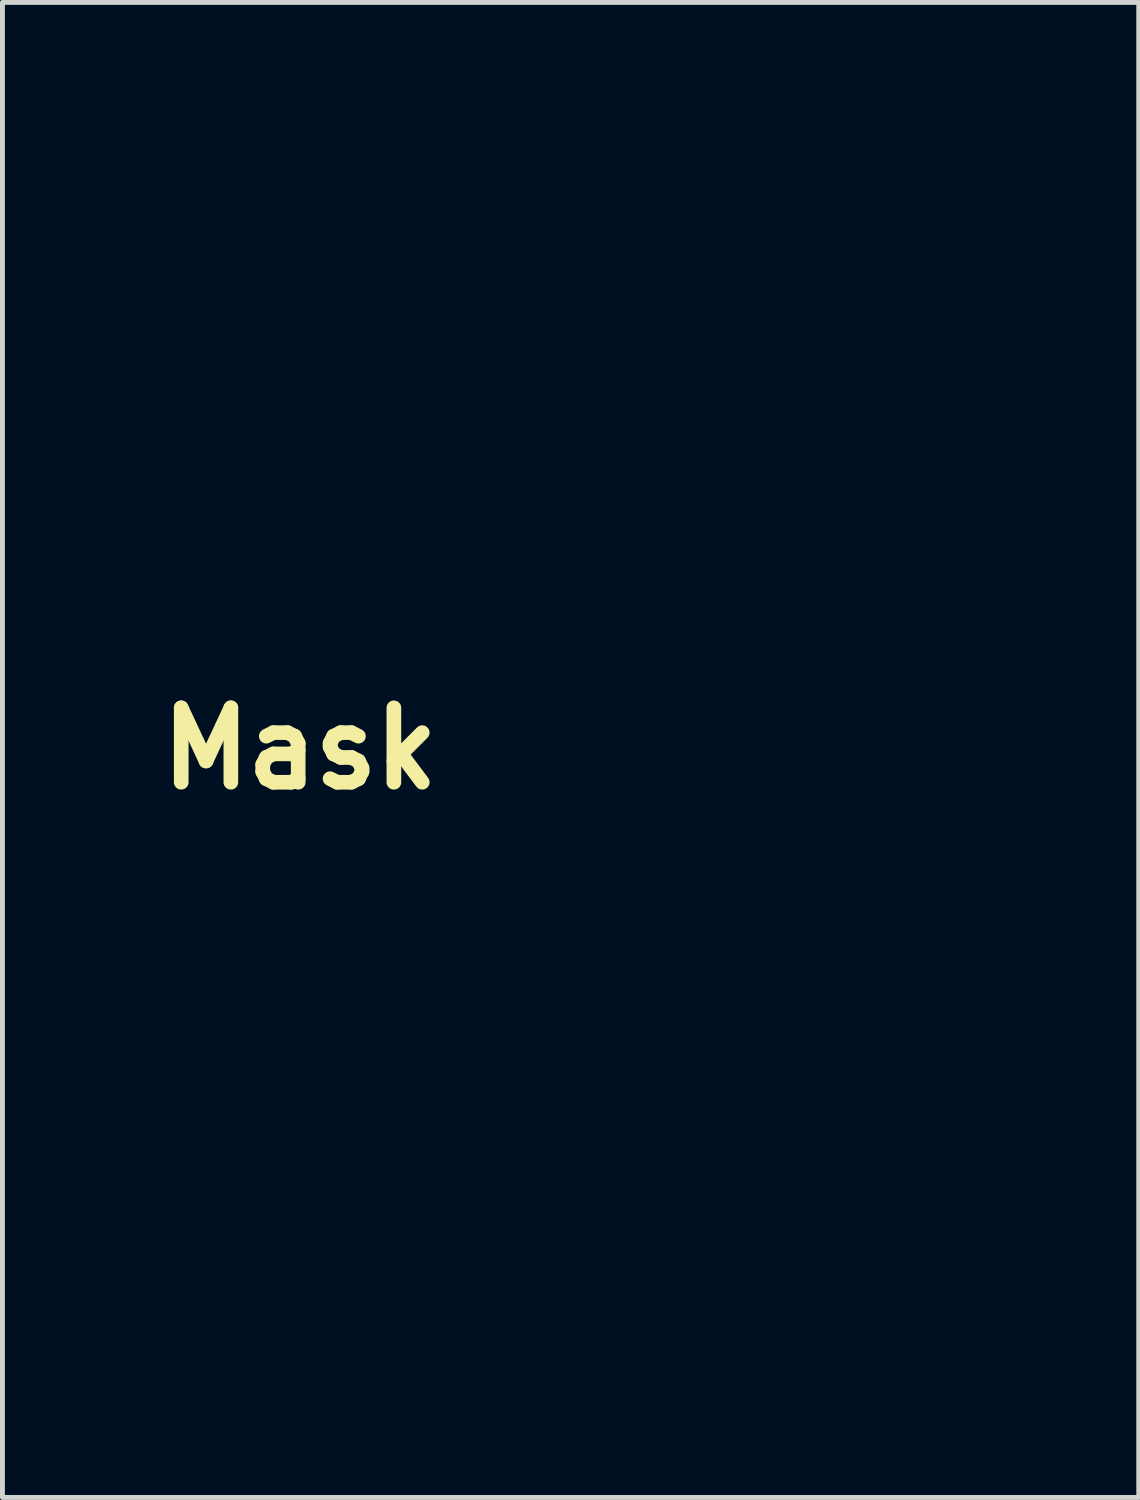
<source format=kicad_pcb>
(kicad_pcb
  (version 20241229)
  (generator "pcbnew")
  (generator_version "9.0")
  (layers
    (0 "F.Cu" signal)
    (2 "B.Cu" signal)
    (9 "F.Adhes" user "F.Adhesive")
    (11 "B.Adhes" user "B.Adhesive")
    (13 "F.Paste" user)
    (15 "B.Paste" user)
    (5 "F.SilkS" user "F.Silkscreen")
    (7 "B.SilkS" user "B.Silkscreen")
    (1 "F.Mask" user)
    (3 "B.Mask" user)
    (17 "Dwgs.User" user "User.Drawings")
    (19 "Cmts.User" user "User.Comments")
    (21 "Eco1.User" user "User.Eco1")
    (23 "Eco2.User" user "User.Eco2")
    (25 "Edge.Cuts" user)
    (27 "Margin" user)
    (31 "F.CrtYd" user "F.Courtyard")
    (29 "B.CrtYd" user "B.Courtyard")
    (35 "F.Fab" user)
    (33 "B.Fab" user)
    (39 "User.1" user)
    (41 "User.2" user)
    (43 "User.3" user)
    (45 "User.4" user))
  (footprint "Mask"
    (layer "F.Cu")
    (at 3.092 12.278)
    (property "Reference" "Mask" (at 0 0 0) (layer "F.SilkS") (effects (font (size 1.524 1.524) (thickness 0.3))))
    (attr board_only exclude_from_pos_files exclude_from_bom)
    (fp_poly (pts (xy 3.404 -12.273) (xy 3.488 -12.272) (xy 3.547 -12.269) (xy 3.583 -12.262) (xy 3.603 -12.248) (xy 3.609 -12.227) (xy 3.606 -12.197) (xy 3.606 -12.191) (xy 3.597 -12.139) (xy 3.588 -12.105) (xy 3.572 -12.086) (xy 3.543 -12.077) (xy 3.494 -12.075) (xy 3.432 -12.075) (xy 3.367 -12.076) (xy 3.315 -12.079) (xy 3.281 -12.082) (xy 3.273 -12.085) (xy 3.267 -12.105) (xy 3.264 -12.145) (xy 3.263 -12.184) (xy 3.263 -12.273)) (stroke (width 0) (type solid)) (fill yes) (layer "F.Mask"))
    (fp_poly (pts (xy 4.252 -12.093) (xy 4.293 -12.078) (xy 4.355 -12.05) (xy 4.388 -12.035) (xy 4.5 -11.984) (xy 4.454 -11.904) (xy 4.428 -11.861) (xy 4.406 -11.831) (xy 4.396 -11.821) (xy 4.377 -11.826) (xy 4.338 -11.841) (xy 4.287 -11.864) (xy 4.269 -11.872) (xy 4.216 -11.897) (xy 4.175 -11.916) (xy 4.153 -11.928) (xy 4.15 -11.929) (xy 4.153 -11.944) (xy 4.165 -11.98) (xy 4.179 -12.02) (xy 4.194 -12.059) (xy 4.208 -12.084) (xy 4.225 -12.095)) (stroke (width 0) (type solid)) (fill yes) (layer "F.Mask"))
    (fp_poly (pts (xy 5.153 -11.555) (xy 5.205 -11.515) (xy 5.245 -11.481) (xy 5.27 -11.457) (xy 5.275 -11.45) (xy 5.267 -11.435) (xy 5.247 -11.404) (xy 5.22 -11.367) (xy 5.193 -11.331) (xy 5.172 -11.305) (xy 5.164 -11.297) (xy 5.151 -11.306) (xy 5.121 -11.33) (xy 5.077 -11.365) (xy 5.046 -11.389) (xy 4.997 -11.429) (xy 4.959 -11.464) (xy 4.936 -11.487) (xy 4.932 -11.494) (xy 4.94 -11.513) (xy 4.961 -11.549) (xy 4.982 -11.579) (xy 5.032 -11.65)) (stroke (width 0) (type solid)) (fill yes) (layer "F.Mask"))
    (fp_poly (pts (xy 3.822 -12.224) (xy 3.866 -12.214) (xy 3.92 -12.201) (xy 3.974 -12.187) (xy 4.019 -12.174) (xy 4.046 -12.164) (xy 4.05 -12.162) (xy 4.05 -12.144) (xy 4.042 -12.107) (xy 4.031 -12.069) (xy 4.017 -12.027) (xy 4.004 -12.001) (xy 3.984 -11.99) (xy 3.952 -11.991) (xy 3.901 -12.002) (xy 3.851 -12.016) (xy 3.799 -12.03) (xy 3.76 -12.041) (xy 3.743 -12.048) (xy 3.742 -12.048) (xy 3.743 -12.064) (xy 3.747 -12.101) (xy 3.754 -12.14) (xy 3.765 -12.192) (xy 3.778 -12.219) (xy 3.795 -12.227) (xy 3.795 -12.227)) (stroke (width 0) (type solid)) (fill yes) (layer "F.Mask"))
    (fp_poly (pts (xy 4.667 -11.891) (xy 4.671 -11.888) (xy 4.759 -11.833) (xy 4.823 -11.791) (xy 4.865 -11.762) (xy 4.888 -11.744) (xy 4.894 -11.736) (xy 4.886 -11.718) (xy 4.866 -11.686) (xy 4.84 -11.648) (xy 4.814 -11.614) (xy 4.794 -11.592) (xy 4.788 -11.587) (xy 4.772 -11.595) (xy 4.737 -11.616) (xy 4.69 -11.645) (xy 4.673 -11.656) (xy 4.622 -11.688) (xy 4.58 -11.713) (xy 4.555 -11.727) (xy 4.552 -11.729) (xy 4.552 -11.743) (xy 4.565 -11.777) (xy 4.588 -11.821) (xy 4.615 -11.868) (xy 4.634 -11.892) (xy 4.649 -11.898)) (stroke (width 0) (type solid)) (fill yes) (layer "F.Mask"))
    (fp_poly (pts (xy 5.742 -11.926) (xy 5.748 -11.916) (xy 5.749 -11.896) (xy 5.754 -11.849) (xy 5.762 -11.78) (xy 5.772 -11.691) (xy 5.784 -11.586) (xy 5.797 -11.469) (xy 5.809 -11.366) (xy 5.823 -11.242) (xy 5.836 -11.127) (xy 5.848 -11.024) (xy 5.857 -10.939) (xy 5.864 -10.873) (xy 5.869 -10.831) (xy 5.87 -10.816) (xy 5.866 -10.81) (xy 5.853 -10.806) (xy 5.829 -10.802) (xy 5.79 -10.799) (xy 5.734 -10.797) (xy 5.658 -10.796) (xy 5.56 -10.795) (xy 5.436 -10.794) (xy 5.298 -10.794) (xy 4.726 -10.794) (xy 4.726 -10.979) (xy 5.131 -10.975) (xy 5.536 -10.97) (xy 5.463 -11.031) (xy 5.413 -11.073) (xy 5.363 -11.116) (xy 5.337 -11.139) (xy 5.284 -11.187) (xy 5.327 -11.25) (xy 5.357 -11.292) (xy 5.381 -11.318) (xy 5.403 -11.327) (xy 5.43 -11.318) (xy 5.465 -11.289) (xy 5.515 -11.241) (xy 5.543 -11.213) (xy 5.602 -11.156) (xy 5.641 -11.121) (xy 5.662 -11.107) (xy 5.667 -11.114) (xy 5.666 -11.116) (xy 5.654 -11.169) (xy 5.641 -11.243) (xy 5.626 -11.34) (xy 5.609 -11.464) (xy 5.591 -11.615) (xy 5.59 -11.622) (xy 5.555 -11.908) (xy 5.587 -11.914) (xy 5.664 -11.928) (xy 5.715 -11.932)) (stroke (width 0) (type solid)) (fill yes) (layer "F.Mask"))
    (fp_poly (pts (xy 13.935 -12.079) (xy 13.741 -12.07) (xy 13.654 -12.065) (xy 13.567 -12.056) (xy 13.49 -12.047) (xy 13.439 -12.038) (xy 13.205 -11.974) (xy 12.971 -11.885) (xy 12.735 -11.769) (xy 12.497 -11.627) (xy 12.254 -11.457) (xy 12.006 -11.259) (xy 11.884 -11.153) (xy 11.828 -11.104) (xy 11.776 -11.058) (xy 11.734 -11.022) (xy 11.716 -11.007) (xy 11.67 -10.97) (xy 12.487 -10.98) (xy 12.487 -10.794) (xy 11.335 -10.794) (xy 11.399 -11.355) (xy 11.414 -11.482) (xy 11.427 -11.6) (xy 11.439 -11.705) (xy 11.449 -11.793) (xy 11.457 -11.862) (xy 11.462 -11.907) (xy 11.464 -11.925) (xy 11.464 -11.926) (xy 11.478 -11.93) (xy 11.512 -11.93) (xy 11.555 -11.926) (xy 11.597 -11.919) (xy 11.629 -11.911) (xy 11.639 -11.906) (xy 11.641 -11.888) (xy 11.639 -11.845) (xy 11.634 -11.781) (xy 11.627 -11.703) (xy 11.617 -11.615) (xy 11.606 -11.521) (xy 11.594 -11.428) (xy 11.582 -11.339) (xy 11.57 -11.261) (xy 11.559 -11.198) (xy 11.55 -11.155) (xy 11.548 -11.149) (xy 11.537 -11.11) (xy 11.532 -11.087) (xy 11.531 -11.084) (xy 11.542 -11.094) (xy 11.571 -11.122) (xy 11.614 -11.163) (xy 11.667 -11.214) (xy 11.688 -11.234) (xy 11.903 -11.43) (xy 12.128 -11.61) (xy 12.36 -11.772) (xy 12.594 -11.915) (xy 12.827 -12.034) (xy 13.054 -12.128) (xy 13.112 -12.147) (xy 13.268 -12.195) (xy 13.409 -12.229) (xy 13.546 -12.252) (xy 13.692 -12.266) (xy 13.748 -12.269) (xy 13.935 -12.278)) (stroke (width 0) (type solid)) (fill yes) (layer "F.Mask"))
    (fp_poly (pts (xy 11.65 10.409) (xy 11.674 10.439) (xy 11.702 10.478) (xy 11.856 10.667) (xy 12.037 10.841) (xy 12.243 11) (xy 12.475 11.143) (xy 12.733 11.271) (xy 12.887 11.335) (xy 13.011 11.38) (xy 13.159 11.428) (xy 13.322 11.477) (xy 13.496 11.524) (xy 13.645 11.562) (xy 13.715 11.579) (xy 13.778 11.594) (xy 13.824 11.606) (xy 13.843 11.611) (xy 13.862 11.615) (xy 13.862 11.607) (xy 13.841 11.585) (xy 13.817 11.563) (xy 13.79 11.532) (xy 13.748 11.481) (xy 13.697 11.415) (xy 13.639 11.337) (xy 13.579 11.253) (xy 13.562 11.229) (xy 13.372 10.955) (xy 13.413 10.922) (xy 13.455 10.89) (xy 13.494 10.865) (xy 13.533 10.842) (xy 13.862 11.313) (xy 13.953 11.444) (xy 14.03 11.556) (xy 14.091 11.648) (xy 14.136 11.718) (xy 14.164 11.767) (xy 14.176 11.792) (xy 14.175 11.795) (xy 14.158 11.805) (xy 14.118 11.827) (xy 14.06 11.859) (xy 13.986 11.899) (xy 13.9 11.946) (xy 13.806 11.997) (xy 13.707 12.051) (xy 13.607 12.105) (xy 13.51 12.157) (xy 13.419 12.207) (xy 13.338 12.251) (xy 13.27 12.287) (xy 13.219 12.315) (xy 13.189 12.331) (xy 13.182 12.334) (xy 13.174 12.322) (xy 13.156 12.291) (xy 13.136 12.255) (xy 13.112 12.211) (xy 13.102 12.185) (xy 13.105 12.17) (xy 13.119 12.157) (xy 13.121 12.155) (xy 13.149 12.138) (xy 13.199 12.11) (xy 13.266 12.073) (xy 13.344 12.031) (xy 13.429 11.987) (xy 13.516 11.943) (xy 13.598 11.902) (xy 13.67 11.866) (xy 13.728 11.838) (xy 13.766 11.821) (xy 13.767 11.821) (xy 13.851 11.788) (xy 13.775 11.779) (xy 13.706 11.767) (xy 13.616 11.749) (xy 13.51 11.725) (xy 13.397 11.698) (xy 13.283 11.668) (xy 13.175 11.639) (xy 13.08 11.611) (xy 13.043 11.599) (xy 12.752 11.492) (xy 12.485 11.37) (xy 12.242 11.234) (xy 12.023 11.084) (xy 11.832 10.922) (xy 11.734 10.824) (xy 11.684 10.767) (xy 11.633 10.706) (xy 11.584 10.644) (xy 11.543 10.588) (xy 11.513 10.543) (xy 11.497 10.514) (xy 11.496 10.508) (xy 11.507 10.494) (xy 11.535 10.469) (xy 11.57 10.441) (xy 11.605 10.415) (xy 11.631 10.4) (xy 11.638 10.398)) (stroke (width 0) (type solid)) (fill yes) (layer "F.Mask")))
  (gr_rect
    (start -3 -3)
    (end 20.267 27.612)
    (stroke (width 0.1) (type default))
    (fill no)
    (layer "Edge.Cuts")))
</source>
